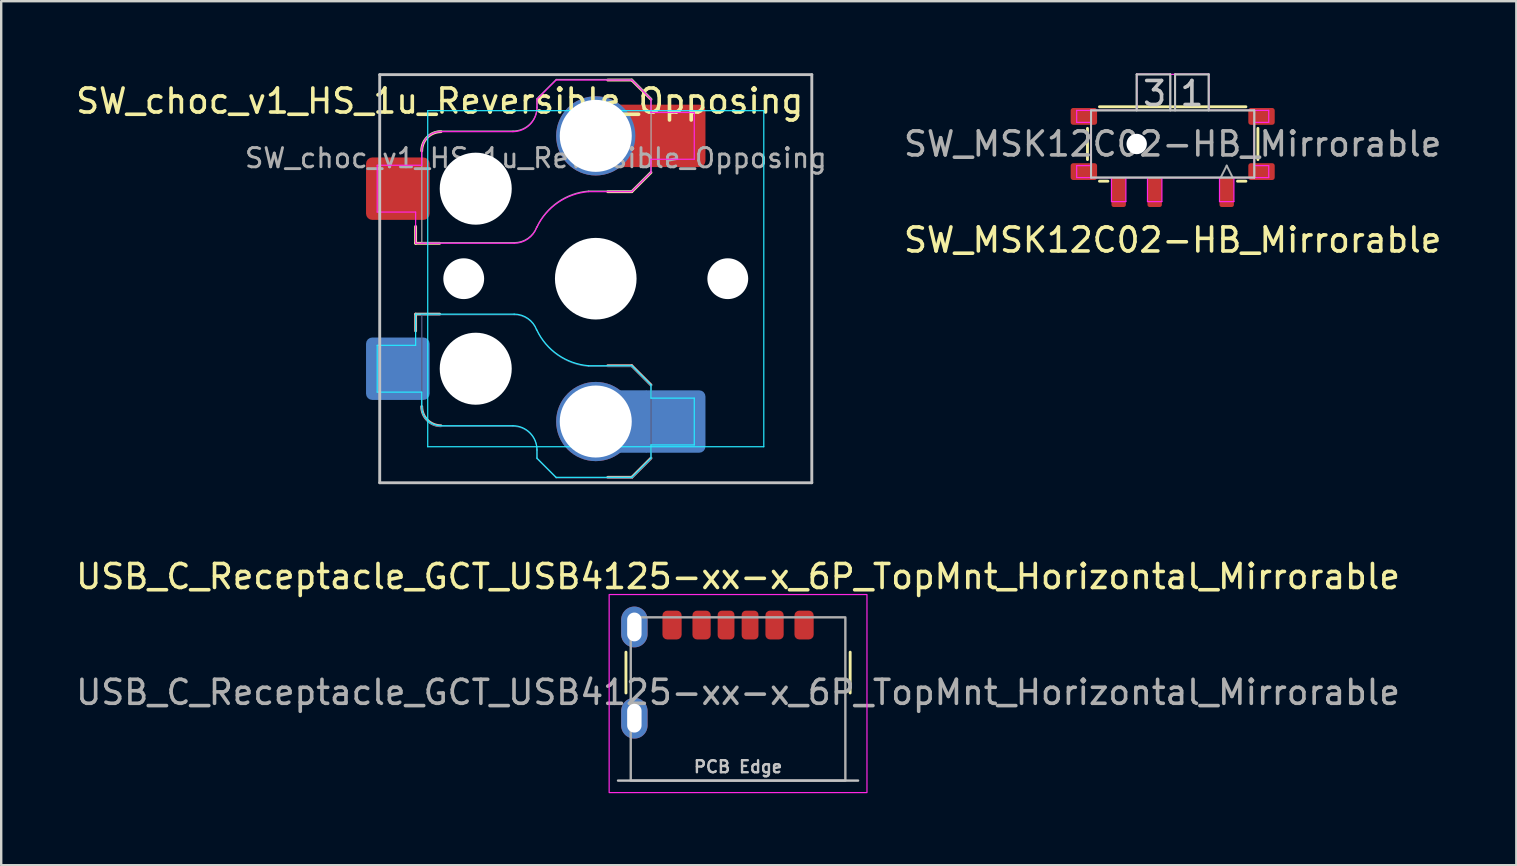
<source format=kicad_pcb>
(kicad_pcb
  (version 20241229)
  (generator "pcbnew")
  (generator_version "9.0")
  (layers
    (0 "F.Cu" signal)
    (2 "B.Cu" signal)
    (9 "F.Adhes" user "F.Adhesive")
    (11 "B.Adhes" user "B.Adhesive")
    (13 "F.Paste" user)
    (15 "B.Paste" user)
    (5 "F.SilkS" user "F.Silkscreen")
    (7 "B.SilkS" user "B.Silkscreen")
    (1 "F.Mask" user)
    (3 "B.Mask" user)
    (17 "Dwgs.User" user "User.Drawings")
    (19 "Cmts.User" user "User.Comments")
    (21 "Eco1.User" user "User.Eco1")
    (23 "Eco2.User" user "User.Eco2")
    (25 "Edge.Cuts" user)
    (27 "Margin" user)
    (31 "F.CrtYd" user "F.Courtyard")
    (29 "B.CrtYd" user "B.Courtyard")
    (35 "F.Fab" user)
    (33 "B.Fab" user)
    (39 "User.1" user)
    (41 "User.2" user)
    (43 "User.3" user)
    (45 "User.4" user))
  (footprint "SW_MSK12C02-HB_Mirrorable"
    (layer "F.Cu")
    (at 45.802 2.948)
    (property "Reference" "SW_MSK12C02-HB_Mirrorable" (at 0 4 0) (unlocked yes) (layer "F.SilkS") (effects (font (size 1 1) (thickness 0.15))))
    (attr smd)
    (fp_line (start -3.55 -0.65) (end -3.55 0.65) (stroke (width 0.12) (type solid)) (layer "F.SilkS"))
    (fp_line (start -3.05 -1.55) (end 3.05 -1.55) (stroke (width 0.12) (type solid)) (layer "F.SilkS"))
    (fp_line (start -2.7 1.55) (end -3.05 1.55) (stroke (width 0.12) (type solid)) (layer "F.SilkS"))
    (fp_line (start 3.05 1.55) (end 2.7 1.55) (stroke (width 0.12) (type solid)) (layer "F.SilkS"))
    (fp_line (start 3.55 0.65) (end 3.55 -0.65) (stroke (width 0.12) (type solid)) (layer "F.SilkS"))
    (fp_line (start -3.4 -1.4) (end -3.4 1.4) (stroke (width 0.08) (type solid)) (layer "Dwgs.User"))
    (fp_line (start -3.4 1.4) (end 3.4 1.4) (stroke (width 0.08) (type solid)) (layer "Dwgs.User"))
    (fp_line (start -1.5 -2.9) (end -1.5 -1.4) (stroke (width 0.08) (type solid)) (layer "Dwgs.User"))
    (fp_line (start -0.1 -2.9) (end -1.5 -2.9) (stroke (width 0.08) (type solid)) (layer "Dwgs.User"))
    (fp_line (start -0.1 -1.4) (end -0.1 -2.9) (stroke (width 0.08) (type solid)) (layer "Dwgs.User"))
    (fp_line (start 0.1 -2.9) (end 1.5 -2.9) (stroke (width 0.08) (type solid)) (layer "Dwgs.User"))
    (fp_line (start 0.1 -1.4) (end 0.1 -2.9) (stroke (width 0.08) (type solid)) (layer "Dwgs.User"))
    (fp_line (start 1.5 -2.9) (end 1.5 -1.4) (stroke (width 0.08) (type solid)) (layer "Dwgs.User"))
    (fp_line (start 3.4 -1.4) (end -3.4 -1.4) (stroke (width 0.08) (type solid)) (layer "Dwgs.User"))
    (fp_line (start 3.4 1.4) (end 3.4 -1.4) (stroke (width 0.08) (type solid)) (layer "Dwgs.User"))
    (fp_line (start -4 -1.4) (end -4 -0.9) (stroke (width 0.05) (type solid)) (layer "F.CrtYd"))
    (fp_line (start -4 -1.4) (end -1.5 -1.4) (stroke (width 0.05) (type solid)) (layer "F.CrtYd"))
    (fp_line (start -4 -0.9) (end -3.4 -0.9) (stroke (width 0.05) (type solid)) (layer "F.CrtYd"))
    (fp_line (start -4 0.9) (end -4 1.4) (stroke (width 0.05) (type solid)) (layer "F.CrtYd"))
    (fp_line (start -3.4 0.9) (end -4 0.9) (stroke (width 0.05) (type solid)) (layer "F.CrtYd"))
    (fp_line (start -3.4 0.9) (end -3.4 -0.9) (stroke (width 0.05) (type solid)) (layer "F.CrtYd"))
    (fp_line (start -2.55 1.4) (end -4 1.4) (stroke (width 0.05) (type solid)) (layer "F.CrtYd"))
    (fp_line (start -2.55 2.4) (end -2.55 1.4) (stroke (width 0.05) (type solid)) (layer "F.CrtYd"))
    (fp_line (start -2.55 2.4) (end -1.95 2.4) (stroke (width 0.05) (type solid)) (layer "F.CrtYd"))
    (fp_line (start -1.95 1.4) (end -1.05 1.4) (stroke (width 0.05) (type solid)) (layer "F.CrtYd"))
    (fp_line (start -1.95 2.4) (end -1.95 1.4) (stroke (width 0.05) (type solid)) (layer "F.CrtYd"))
    (fp_line (start -1.5 -2.9) (end 1.5 -2.9) (stroke (width 0.05) (type solid)) (layer "F.CrtYd"))
    (fp_line (start -1.5 -1.4) (end -1.5 -2.9) (stroke (width 0.05) (type solid)) (layer "F.CrtYd"))
    (fp_line (start -1.05 2.4) (end -1.05 1.4) (stroke (width 0.05) (type solid)) (layer "F.CrtYd"))
    (fp_line (start -1.05 2.4) (end -0.45 2.4) (stroke (width 0.05) (type solid)) (layer "F.CrtYd"))
    (fp_line (start -0.45 1.4) (end 1.95 1.4) (stroke (width 0.05) (type solid)) (layer "F.CrtYd"))
    (fp_line (start -0.45 2.4) (end -0.45 1.4) (stroke (width 0.05) (type solid)) (layer "F.CrtYd"))
    (fp_line (start 1.5 -2.9) (end 1.5 -1.4) (stroke (width 0.05) (type solid)) (layer "F.CrtYd"))
    (fp_line (start 1.5 -1.4) (end 4 -1.4) (stroke (width 0.05) (type solid)) (layer "F.CrtYd"))
    (fp_line (start 1.95 2.4) (end 1.95 1.4) (stroke (width 0.05) (type solid)) (layer "F.CrtYd"))
    (fp_line (start 1.95 2.4) (end 2.55 2.4) (stroke (width 0.05) (type solid)) (layer "F.CrtYd"))
    (fp_line (start 2.55 1.4) (end 4 1.4) (stroke (width 0.05) (type solid)) (layer "F.CrtYd"))
    (fp_line (start 2.55 2.4) (end 2.55 1.4) (stroke (width 0.05) (type solid)) (layer "F.CrtYd"))
    (fp_line (start 3.4 -0.9) (end 4 -0.9) (stroke (width 0.05) (type solid)) (layer "F.CrtYd"))
    (fp_line (start 3.4 0.9) (end 3.4 -0.9) (stroke (width 0.05) (type solid)) (layer "F.CrtYd"))
    (fp_line (start 4 -0.9) (end 4 -1.4) (stroke (width 0.05) (type solid)) (layer "F.CrtYd"))
    (fp_line (start 4 0.9) (end 3.4 0.9) (stroke (width 0.05) (type solid)) (layer "F.CrtYd"))
    (fp_line (start 4 1.4) (end 4 0.9) (stroke (width 0.05) (type solid)) (layer "F.CrtYd"))
    (fp_line (start -3.4 -1.4) (end -3.4 1.4) (stroke (width 0.08) (type solid)) (layer "F.Fab"))
    (fp_line (start -3.4 1.4) (end 3.4 1.4) (stroke (width 0.08) (type solid)) (layer "F.Fab"))
    (fp_line (start -1.5 -2.9) (end -1.5 -1.4) (stroke (width 0.08) (type solid)) (layer "F.Fab"))
    (fp_line (start -0.1 -2.9) (end -1.5 -2.9) (stroke (width 0.08) (type solid)) (layer "F.Fab"))
    (fp_line (start -0.1 -1.4) (end -0.1 -2.9) (stroke (width 0.08) (type solid)) (layer "F.Fab"))
    (fp_line (start 0.1 -2.9) (end 1.5 -2.9) (stroke (width 0.08) (type solid)) (layer "F.Fab"))
    (fp_line (start 0.1 -1.4) (end 0.1 -2.9) (stroke (width 0.08) (type solid)) (layer "F.Fab"))
    (fp_line (start 1.5 -2.9) (end 1.5 -1.4) (stroke (width 0.08) (type solid)) (layer "F.Fab"))
    (fp_line (start 2 1.4) (end 2.25 0.9) (stroke (width 0.08) (type default)) (layer "F.Fab"))
    (fp_line (start 2.25 0.9) (end 2.5 1.4) (stroke (width 0.08) (type default)) (layer "F.Fab"))
    (fp_line (start 3.4 -1.4) (end -3.4 -1.4) (stroke (width 0.08) (type solid)) (layer "F.Fab"))
    (fp_line (start 3.4 1.4) (end 3.4 -1.4) (stroke (width 0.08) (type solid)) (layer "F.Fab"))
    (fp_text user "3" (at -0.75 -2.1 0) (unlocked yes) (layer "Dwgs.User") (effects (font (size 1 1) (thickness 0.15))))
    (fp_text user "1" (at 0.8 -2.1 0) (unlocked yes) (layer "Dwgs.User") (effects (font (size 1 1) (thickness 0.15))))
    (fp_text user "${REFERENCE}" (at 0 0 0) (layer "F.Fab") (effects (font (size 1 1) (thickness 0.15))))
    (pad "" np_thru_hole circle (at -1.5 0 180) (size 0.85 0.85) (drill 0.85) (layers "*.Cu" "*.Mask"))
    (pad "1" smd roundrect (at 2.25 2 180) (size 0.6 1.25) (layers "F.Cu" "F.Mask" "F.Paste") (roundrect_rratio 0.15))
    (pad "2" smd roundrect (at -0.75 2 180) (size 0.6 1.25) (layers "F.Cu" "F.Mask" "F.Paste") (roundrect_rratio 0.15))
    (pad "3" smd roundrect (at -2.25 2 180) (size 0.6 1.25) (layers "F.Cu" "F.Mask" "F.Paste") (roundrect_rratio 0.15))
    (pad "MP" smd roundrect (at -3.7 -1.15 270) (size 0.7 1.1) (layers "F.Cu" "F.Mask" "F.Paste") (roundrect_rratio 0.15))
    (pad "MP" smd roundrect (at -3.7 1.15 270) (size 0.7 1.1) (layers "F.Cu" "F.Mask" "F.Paste") (roundrect_rratio 0.15))
    (pad "MP" smd roundrect (at 3.7 -1.15 270) (size 0.7 1.1) (layers "F.Cu" "F.Mask" "F.Paste") (roundrect_rratio 0.15))
    (pad "MP" smd roundrect (at 3.7 1.15 270) (size 0.7 1.1) (layers "F.Cu" "F.Mask" "F.Paste") (roundrect_rratio 0.15)))
  (footprint "USB_C_Receptacle_GCT_USB4125-xx-x_6P_TopMnt_Horizontal_Mirrorable"
    (layer "F.Cu")
    (at 27.696 26.068)
    (property "Reference" "USB_C_Receptacle_GCT_USB4125-xx-x_6P_TopMnt_Horizontal_Mirrorable" (at 0 -5.1 0) (unlocked yes) (layer "F.SilkS") (effects (font (size 1 1) (thickness 0.15))))
    (attr smd)
    (fp_line (start -4.67 -0.25) (end -4.67 -1.95) (stroke (width 0.12) (type solid)) (layer "F.SilkS"))
    (fp_line (start 4.67 -0.25) (end 4.67 -1.95) (stroke (width 0.12) (type solid)) (layer "F.SilkS"))
    (fp_line (start 5 3.4) (end -5 3.4) (stroke (width 0.1) (type solid)) (layer "Dwgs.User"))
    (fp_rect (start -5.37 -4.35) (end 5.37 3.9) (stroke (width 0.05) (type solid)) (fill no) (layer "F.CrtYd"))
    (fp_rect (start -4.47 -3.4) (end 4.47 3.4) (stroke (width 0.1) (type solid)) (fill no) (layer "F.Fab"))
    (fp_text user "PCB Edge" (at 0 2.825 0) (unlocked yes) (layer "Dwgs.User") (effects (font (size 0.5 0.5) (thickness 0.1))))
    (fp_text user "${REFERENCE}" (at 0 -0.275 0) (unlocked yes) (layer "F.Fab") (effects (font (size 1 1) (thickness 0.15))))
    (pad "A5" smd roundrect (at -0.5 -3.08) (size 0.7 1.2) (layers "F.Cu" "F.Mask" "F.Paste") (roundrect_rratio 0.25))
    (pad "A9" smd roundrect (at 1.52 -3.08 180) (size 0.76 1.2) (layers "F.Cu" "F.Mask" "F.Paste") (roundrect_rratio 0.25))
    (pad "A12" smd roundrect (at 2.75 -3.08 180) (size 0.8 1.2) (layers "F.Cu" "F.Mask" "F.Paste") (roundrect_rratio 0.25))
    (pad "B5" smd roundrect (at 0.5 -3.08 180) (size 0.7 1.2) (layers "F.Cu" "F.Mask" "F.Paste") (roundrect_rratio 0.25))
    (pad "B9" smd roundrect (at -1.52 -3.08) (size 0.76 1.2) (layers "F.Cu" "F.Mask" "F.Paste") (roundrect_rratio 0.25))
    (pad "B12" smd roundrect (at -2.75 -3.08) (size 0.8 1.2) (layers "F.Cu" "F.Mask" "F.Paste") (roundrect_rratio 0.25))
    (pad "S1" thru_hole oval (at -4.32 -3) (size 1.1 1.7) (drill oval 0.6 1.2) (layers "*.Cu" "*.Mask" "F.Paste"))
    (pad "S1" thru_hole oval (at -4.32 0.8) (size 1.1 1.7) (drill oval 0.6 1.2) (layers "*.Cu" "*.Mask" "F.Paste")))
  (footprint "SW_choc_v1_HS_1u_Reversible_Opposing"
    (layer "F.Cu")
    (at 21.768 8.56)
    (property "Reference" "SW_choc_v1_HS_1u_Reversible_Opposing" (at -6.5 -7.4 0) (layer "F.SilkS") (effects (font (size 1 1) (thickness 0.15))))
    (attr smd)
    (fp_line (start -7.504 -1.475) (end -7.504 -2.175) (stroke (width 0.12) (type solid)) (layer "F.SilkS"))
    (fp_line (start -7.504 -1.475) (end -6.504 -1.475) (stroke (width 0.12) (type solid)) (layer "F.SilkS"))
    (fp_line (start 1.5 -8.275) (end 0.5 -8.275) (stroke (width 0.12) (type solid)) (layer "F.SilkS"))
    (fp_line (start 1.5 -3.625) (end 0.5 -3.625) (stroke (width 0.12) (type solid)) (layer "F.SilkS"))
    (fp_line (start 1.5 -3.625) (end 2.3 -4.425) (stroke (width 0.12) (type solid)) (layer "F.SilkS"))
    (fp_line (start 2.3 -7.475) (end 1.5 -8.275) (stroke (width 0.12) (type solid)) (layer "F.SilkS"))
    (fp_arc (start -7.25 -5.325) (mid -7.015685 -5.890685) (end -6.45 -6.125) (stroke (width 0.12) (type solid)) (layer "F.SilkS"))
    (fp_line (start -7.504 1.475) (end -7.504 2.175) (stroke (width 0.12) (type solid)) (layer "B.SilkS"))
    (fp_line (start -7.504 1.475) (end -6.504 1.475) (stroke (width 0.12) (type solid)) (layer "B.SilkS"))
    (fp_line (start 1.5 3.625) (end 0.5 3.625) (stroke (width 0.12) (type solid)) (layer "B.SilkS"))
    (fp_line (start 1.5 3.625) (end 2.3 4.425) (stroke (width 0.12) (type solid)) (layer "B.SilkS"))
    (fp_line (start 1.5 8.275) (end 0.5 8.275) (stroke (width 0.12) (type solid)) (layer "B.SilkS"))
    (fp_line (start 2.3 7.475) (end 1.5 8.275) (stroke (width 0.12) (type solid)) (layer "B.SilkS"))
    (fp_arc (start -6.45 6.125) (mid -7.015685 5.890685) (end -7.25 5.325) (stroke (width 0.12) (type solid)) (layer "B.SilkS"))
    (fp_line (start -9 -8.5) (end -9 8.5) (stroke (width 0.12) (type solid)) (layer "Dwgs.User"))
    (fp_line (start -9 8.5) (end 9 8.5) (stroke (width 0.12) (type solid)) (layer "Dwgs.User"))
    (fp_line (start 9 -8.5) (end -9 -8.5) (stroke (width 0.12) (type solid)) (layer "Dwgs.User"))
    (fp_line (start 9 8.5) (end 9 -8.5) (stroke (width 0.12) (type solid)) (layer "Dwgs.User"))
    (fp_line (start -6.95 -6.45) (end -6.95 6.45) (stroke (width 0.05) (type solid)) (layer "Eco2.User"))
    (fp_line (start -6.45 6.95) (end 6.45 6.95) (stroke (width 0.05) (type solid)) (layer "Eco2.User"))
    (fp_line (start 6.45 -6.95) (end -6.45 -6.95) (stroke (width 0.05) (type solid)) (layer "Eco2.User"))
    (fp_line (start 6.95 6.45) (end 6.95 -6.45) (stroke (width 0.05) (type solid)) (layer "Eco2.User"))
    (fp_arc (start -6.95 -6.45) (mid -6.803553 -6.803553) (end -6.45 -6.95) (stroke (width 0.05) (type solid)) (layer "Eco2.User"))
    (fp_arc (start -6.95 -6.45) (mid -6.803553 -6.803553) (end -6.45 -6.95) (stroke (width 0.05) (type solid)) (layer "Eco2.User"))
    (fp_arc (start -6.45 6.95) (mid -6.803553 6.803553) (end -6.95 6.45) (stroke (width 0.05) (type solid)) (layer "Eco2.User"))
    (fp_arc (start 6.45 -6.95) (mid 6.803553 -6.803553) (end 6.95 -6.45) (stroke (width 0.05) (type solid)) (layer "Eco2.User"))
    (fp_arc (start 6.95 6.45) (mid 6.803553 6.803553) (end 6.45 6.95) (stroke (width 0.05) (type solid)) (layer "Eco2.User"))
    (fp_line (start -9.104 2.775) (end -7.504 2.775) (stroke (width 0.05) (type solid)) (layer "B.CrtYd"))
    (fp_line (start -9.104 4.725) (end -9.104 2.775) (stroke (width 0.05) (type solid)) (layer "B.CrtYd"))
    (fp_line (start -7.504 1.475) (end -7.504 2.175) (stroke (width 0.05) (type solid)) (layer "B.CrtYd"))
    (fp_line (start -7.504 1.475) (end -3.4 1.475) (stroke (width 0.05) (type solid)) (layer "B.CrtYd"))
    (fp_line (start -7.504 2.175) (end -7.504 2.775) (stroke (width 0.05) (type solid)) (layer "B.CrtYd"))
    (fp_line (start -7.25 4.725) (end -9.104 4.725) (stroke (width 0.05) (type solid)) (layer "B.CrtYd"))
    (fp_line (start -7.25 5.325) (end -7.25 4.725) (stroke (width 0.05) (type solid)) (layer "B.CrtYd"))
    (fp_line (start -7 -7) (end -7 7) (stroke (width 0.05) (type solid)) (layer "B.CrtYd"))
    (fp_line (start -7 7) (end 7 7) (stroke (width 0.05) (type solid)) (layer "B.CrtYd"))
    (fp_line (start -3.45 6.125) (end -6.45 6.125) (stroke (width 0.05) (type solid)) (layer "B.CrtYd"))
    (fp_line (start -2.45 7.475) (end -2.45 7.125) (stroke (width 0.05) (type solid)) (layer "B.CrtYd"))
    (fp_line (start -2.45 7.475) (end -1.65 8.275) (stroke (width 0.05) (type solid)) (layer "B.CrtYd"))
    (fp_line (start 1.5 3.625) (end -0.3 3.625) (stroke (width 0.05) (type solid)) (layer "B.CrtYd"))
    (fp_line (start 1.5 3.625) (end 2.3 4.425) (stroke (width 0.05) (type solid)) (layer "B.CrtYd"))
    (fp_line (start 1.5 8.275) (end -1.65 8.275) (stroke (width 0.05) (type solid)) (layer "B.CrtYd"))
    (fp_line (start 2.3 4.975) (end 2.3 4.425) (stroke (width 0.05) (type solid)) (layer "B.CrtYd"))
    (fp_line (start 2.3 7.475) (end 1.5 8.275) (stroke (width 0.05) (type solid)) (layer "B.CrtYd"))
    (fp_line (start 2.3 7.475) (end 2.3 6.925) (stroke (width 0.05) (type solid)) (layer "B.CrtYd"))
    (fp_line (start 4.104 4.975) (end 2.3 4.975) (stroke (width 0.05) (type solid)) (layer "B.CrtYd"))
    (fp_line (start 4.104 4.975) (end 4.104 6.925) (stroke (width 0.05) (type solid)) (layer "B.CrtYd"))
    (fp_line (start 4.104 6.925) (end 2.3 6.925) (stroke (width 0.05) (type solid)) (layer "B.CrtYd"))
    (fp_line (start 7 -7) (end -7 -7) (stroke (width 0.05) (type solid)) (layer "B.CrtYd"))
    (fp_line (start 7 7) (end 7 -7) (stroke (width 0.05) (type solid)) (layer "B.CrtYd"))
    (fp_arc (start -6.45 6.125) (mid -7.015685 5.890685) (end -7.25 5.325) (stroke (width 0.05) (type solid)) (layer "B.CrtYd"))
    (fp_arc (start -3.45 6.125) (mid -2.742893 6.417893) (end -2.45 7.125) (stroke (width 0.05) (type solid)) (layer "B.CrtYd"))
    (fp_arc (start -3.4 1.475) (mid -2.826423 1.655848) (end -2.460307 2.13298) (stroke (width 0.05) (type solid)) (layer "B.CrtYd"))
    (fp_arc (start -0.299999 3.624999) (mid -1.577272 3.167236) (end -2.455444 2.13293) (stroke (width 0.05) (type solid)) (layer "B.CrtYd"))
    (fp_line (start -9.104 -4.725) (end -9.104 -2.775) (stroke (width 0.05) (type solid)) (layer "F.CrtYd"))
    (fp_line (start -9.104 -2.775) (end -7.504 -2.775) (stroke (width 0.05) (type solid)) (layer "F.CrtYd"))
    (fp_line (start -7.504 -2.175) (end -7.504 -2.775) (stroke (width 0.05) (type solid)) (layer "F.CrtYd"))
    (fp_line (start -7.504 -1.475) (end -7.504 -2.175) (stroke (width 0.05) (type solid)) (layer "F.CrtYd"))
    (fp_line (start -7.504 -1.475) (end -3.4 -1.475) (stroke (width 0.05) (type solid)) (layer "F.CrtYd"))
    (fp_line (start -7.25 -5.325) (end -7.25 -4.725) (stroke (width 0.05) (type solid)) (layer "F.CrtYd"))
    (fp_line (start -7.25 -4.725) (end -9.104 -4.725) (stroke (width 0.05) (type solid)) (layer "F.CrtYd"))
    (fp_line (start -3.45 -6.125) (end -6.45 -6.125) (stroke (width 0.05) (type solid)) (layer "F.CrtYd"))
    (fp_line (start -2.45 -7.475) (end -2.45 -7.125) (stroke (width 0.05) (type solid)) (layer "F.CrtYd"))
    (fp_line (start -2.45 -7.475) (end -1.65 -8.275) (stroke (width 0.05) (type solid)) (layer "F.CrtYd"))
    (fp_line (start 1.5 -8.275) (end -1.65 -8.275) (stroke (width 0.05) (type solid)) (layer "F.CrtYd"))
    (fp_line (start 1.5 -3.625) (end -0.3 -3.625) (stroke (width 0.05) (type solid)) (layer "F.CrtYd"))
    (fp_line (start 1.5 -3.625) (end 2.3 -4.425) (stroke (width 0.05) (type solid)) (layer "F.CrtYd"))
    (fp_line (start 2.3 -7.475) (end 1.5 -8.275) (stroke (width 0.05) (type solid)) (layer "F.CrtYd"))
    (fp_line (start 2.3 -7.475) (end 2.3 -6.925) (stroke (width 0.05) (type solid)) (layer "F.CrtYd"))
    (fp_line (start 2.3 -4.975) (end 2.3 -4.425) (stroke (width 0.05) (type solid)) (layer "F.CrtYd"))
    (fp_line (start 4.104 -6.925) (end 2.3 -6.925) (stroke (width 0.05) (type solid)) (layer "F.CrtYd"))
    (fp_line (start 4.104 -4.975) (end 2.3 -4.975) (stroke (width 0.05) (type solid)) (layer "F.CrtYd"))
    (fp_line (start 4.104 -4.975) (end 4.104 -6.925) (stroke (width 0.05) (type solid)) (layer "F.CrtYd"))
    (fp_arc (start -7.25 -5.325) (mid -7.015685 -5.890685) (end -6.45 -6.125) (stroke (width 0.05) (type solid)) (layer "F.CrtYd"))
    (fp_arc (start -2.460307 -2.13298) (mid -2.826423 -1.655848) (end -3.4 -1.475) (stroke (width 0.05) (type solid)) (layer "F.CrtYd"))
    (fp_arc (start -2.455444 -2.13293) (mid -1.577272 -3.167235) (end -0.299999 -3.624999) (stroke (width 0.05) (type solid)) (layer "F.CrtYd"))
    (fp_arc (start -2.45 -7.125) (mid -2.742893 -6.417893) (end -3.45 -6.125) (stroke (width 0.05) (type solid)) (layer "F.CrtYd"))
    (fp_line (start -7.246 1.5) (end -3.396 1.5) (stroke (width 0.05) (type solid)) (layer "B.Fab"))
    (fp_line (start -7.246 5.35) (end -7.246 1.5) (stroke (width 0.05) (type solid)) (layer "B.Fab"))
    (fp_line (start -3.446 6.15) (end -6.446 6.15) (stroke (width 0.05) (type solid)) (layer "B.Fab"))
    (fp_line (start -2.446 7.5) (end -2.446 7.15) (stroke (width 0.05) (type solid)) (layer "B.Fab"))
    (fp_line (start -2.446 7.5) (end -1.646 8.3) (stroke (width 0.05) (type solid)) (layer "B.Fab"))
    (fp_line (start 1.504 3.65) (end -0.296 3.65) (stroke (width 0.05) (type solid)) (layer "B.Fab"))
    (fp_line (start 1.504 3.65) (end 2.304 4.45) (stroke (width 0.05) (type solid)) (layer "B.Fab"))
    (fp_line (start 1.504 8.3) (end -1.646 8.3) (stroke (width 0.05) (type solid)) (layer "B.Fab"))
    (fp_line (start 2.304 7.5) (end 1.504 8.3) (stroke (width 0.05) (type solid)) (layer "B.Fab"))
    (fp_line (start 2.304 7.5) (end 2.304 4.45) (stroke (width 0.05) (type solid)) (layer "B.Fab"))
    (fp_arc (start -6.446 6.15) (mid -7.011685 5.915685) (end -7.246 5.35) (stroke (width 0.05) (type solid)) (layer "B.Fab"))
    (fp_arc (start -3.446 6.15) (mid -2.738893 6.442893) (end -2.446 7.15) (stroke (width 0.05) (type solid)) (layer "B.Fab"))
    (fp_arc (start -3.396 1.5) (mid -2.822423 1.680848) (end -2.456307 2.15798) (stroke (width 0.05) (type solid)) (layer "B.Fab"))
    (fp_arc (start -0.295999 3.649999) (mid -1.573272 3.192236) (end -2.451444 2.15793) (stroke (width 0.05) (type solid)) (layer "B.Fab"))
    (fp_line (start -7.246 -5.35) (end -7.246 -1.5) (stroke (width 0.05) (type solid)) (layer "F.Fab"))
    (fp_line (start -7.246 -1.5) (end -3.396 -1.5) (stroke (width 0.05) (type solid)) (layer "F.Fab"))
    (fp_line (start -3.446 -6.15) (end -6.446 -6.15) (stroke (width 0.05) (type solid)) (layer "F.Fab"))
    (fp_line (start -2.446 -7.5) (end -2.446 -7.15) (stroke (width 0.05) (type solid)) (layer "F.Fab"))
    (fp_line (start -2.446 -7.5) (end -1.646 -8.3) (stroke (width 0.05) (type solid)) (layer "F.Fab"))
    (fp_line (start 1.504 -8.3) (end -1.646 -8.3) (stroke (width 0.05) (type solid)) (layer "F.Fab"))
    (fp_line (start 1.504 -3.65) (end -0.296 -3.65) (stroke (width 0.05) (type solid)) (layer "F.Fab"))
    (fp_line (start 1.504 -3.65) (end 2.304 -4.45) (stroke (width 0.05) (type solid)) (layer "F.Fab"))
    (fp_line (start 2.304 -7.5) (end 1.504 -8.3) (stroke (width 0.05) (type solid)) (layer "F.Fab"))
    (fp_line (start 2.304 -7.5) (end 2.304 -4.45) (stroke (width 0.05) (type solid)) (layer "F.Fab"))
    (fp_arc (start -7.246 -5.35) (mid -7.011685 -5.915685) (end -6.446 -6.15) (stroke (width 0.05) (type solid)) (layer "F.Fab"))
    (fp_arc (start -2.456307 -2.15798) (mid -2.822423 -1.680848) (end -3.396 -1.5) (stroke (width 0.05) (type solid)) (layer "F.Fab"))
    (fp_arc (start -2.451444 -2.15793) (mid -1.573272 -3.192235) (end -0.295999 -3.649999) (stroke (width 0.05) (type solid)) (layer "F.Fab"))
    (fp_arc (start -2.446 -7.15) (mid -2.738893 -6.442893) (end -3.446 -6.15) (stroke (width 0.05) (type solid)) (layer "F.Fab"))
    (fp_text user "${REFERENCE}" (at -2.496 -5.025 180) (layer "F.Fab") (effects (font (size 0.8 0.8) (thickness 0.12))))
    (pad "" np_thru_hole circle (at -5.5 0) (size 1.7 1.7) (drill 1.7) (layers "*.Cu" "*.Mask"))
    (pad "" np_thru_hole circle (at -5 -3.75 180) (size 3 3) (drill 3) (layers "*.Cu" "*.Mask"))
    (pad "" np_thru_hole circle (at -5 3.75 180) (size 3 3) (drill 3) (layers "*.Cu" "*.Mask"))
    (pad "" np_thru_hole circle (at 0 0) (size 3.4 3.4) (drill 3.4) (layers "*.Cu" "*.Mask"))
    (pad "" np_thru_hole circle (at 5.5 0) (size 1.7 1.7) (drill 1.7) (layers "*.Cu" "*.Mask"))
    (pad "1" smd roundrect (at -8.245 -3.75 180) (size 2.65 2.6) (layers "F.Cu" "F.Mask" "F.Paste") (roundrect_rratio 0.1))
    (pad "1" smd roundrect (at -8.245 3.75 180) (size 2.65 2.6) (layers "B.Cu" "B.Mask" "B.Paste") (roundrect_rratio 0.1))
    (pad "2" thru_hole circle (at 0 -5.95 180) (size 3.3 3.3) (drill 3) (layers "*.Cu" "*.Mask"))
    (pad "2" thru_hole circle (at 0 5.95 180) (size 3.3 3.3) (drill 3) (layers "*.Cu" "*.Mask"))
    (pad "2" smd rect (at 1.55 -5.95) (size 1.2 2.6) (layers "F.Cu"))
    (pad "2" smd rect (at 1.55 5.95) (size 1.2 2.6) (layers "B.Cu"))
    (pad "2" smd roundrect (at 3.245 -5.95 180) (size 2.65 2.6) (layers "F.Cu" "F.Mask" "F.Paste") (roundrect_rratio 0.1))
    (pad "2" smd roundrect (at 3.245 5.95 180) (size 2.65 2.6) (layers "B.Cu" "B.Mask" "B.Paste") (roundrect_rratio 0.1)))
  (gr_rect
    (start -3 -3)
    (end 60.117 32.993)
    (stroke (width 0.1) (type default))
    (fill no)
    (layer "Edge.Cuts")))
</source>
